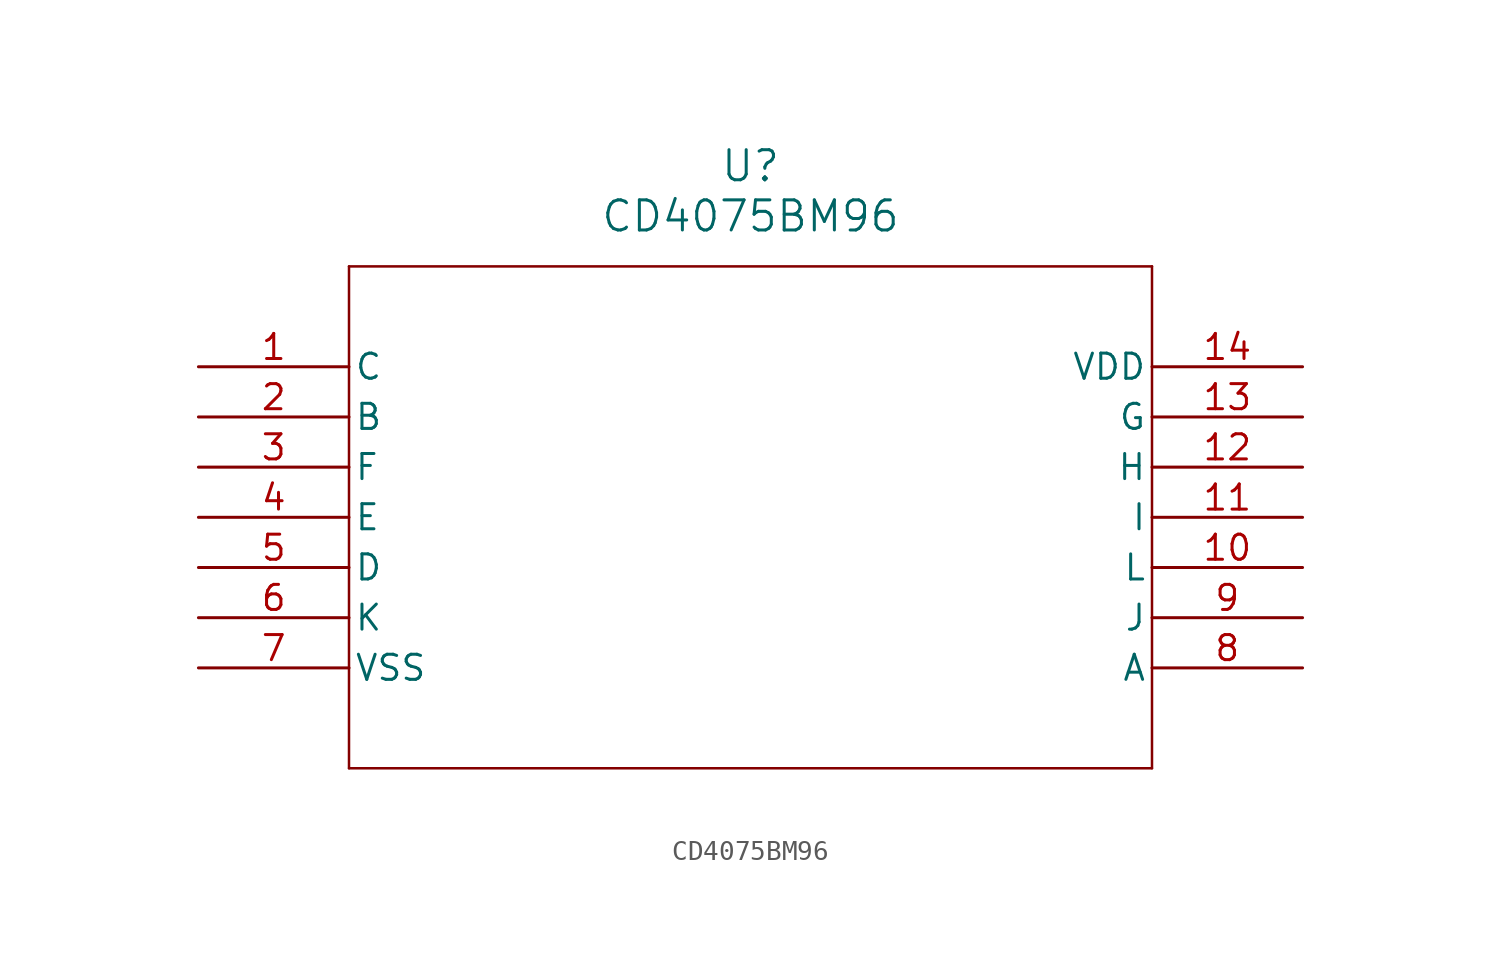
<source format=kicad_sym>
(kicad_symbol_lib
  (version 20211014)
  (generator kicad_symbol_editor)
  (symbol "CD4075BM96"
    (pin_names
      (offset 0.254))
    (property "Reference" "U"
      (at 27.94 10.16 0)
      (effects (font (size 1.524 1.524))))
    (property "Value" "CD4075BM96"
      (at 27.94 7.62 0)
      (effects (font (size 1.524 1.524))))
    (symbol "CD4075BM96_0_1"
      (polyline (pts (xy 7.62 5.08) (xy 7.62 -20.32)) (stroke (width 0.127) (type default) (color 0 0 0 0)) (fill (type none)))
      (polyline (pts (xy 7.62 -20.32) (xy 48.26 -20.32)) (stroke (width 0.127) (type default) (color 0 0 0 0)) (fill (type none)))
      (polyline (pts (xy 48.26 -20.32) (xy 48.26 5.08)) (stroke (width 0.127) (type default) (color 0 0 0 0)) (fill (type none)))
      (polyline (pts (xy 48.26 5.08) (xy 7.62 5.08)) (stroke (width 0.127) (type default) (color 0 0 0 0)) (fill (type none)))
      (pin unspecified line (at 0 0 0) (length 7.62) (name "C" (effects (font (size 1.27 1.27)))) (number "1" (effects (font (size 1.27 1.27)))))
      (pin unspecified line (at 0 -2.54 0) (length 7.62) (name "B" (effects (font (size 1.27 1.27)))) (number "2" (effects (font (size 1.27 1.27)))))
      (pin unspecified line (at 0 -5.08 0) (length 7.62) (name "F" (effects (font (size 1.27 1.27)))) (number "3" (effects (font (size 1.27 1.27)))))
      (pin unspecified line (at 0 -7.62 0) (length 7.62) (name "E" (effects (font (size 1.27 1.27)))) (number "4" (effects (font (size 1.27 1.27)))))
      (pin unspecified line (at 0 -10.16 0) (length 7.62) (name "D" (effects (font (size 1.27 1.27)))) (number "5" (effects (font (size 1.27 1.27)))))
      (pin unspecified line (at 0 -12.7 0) (length 7.62) (name "K" (effects (font (size 1.27 1.27)))) (number "6" (effects (font (size 1.27 1.27)))))
      (pin power_in line (at 0 -15.24 0) (length 7.62) (name "VSS" (effects (font (size 1.27 1.27)))) (number "7" (effects (font (size 1.27 1.27)))))
      (pin unspecified line (at 55.88 -15.24 180) (length 7.62) (name "A" (effects (font (size 1.27 1.27)))) (number "8" (effects (font (size 1.27 1.27)))))
      (pin unspecified line (at 55.88 -12.7 180) (length 7.62) (name "J" (effects (font (size 1.27 1.27)))) (number "9" (effects (font (size 1.27 1.27)))))
      (pin unspecified line (at 55.88 -10.16 180) (length 7.62) (name "L" (effects (font (size 1.27 1.27)))) (number "10" (effects (font (size 1.27 1.27)))))
      (pin unspecified line (at 55.88 -7.62 180) (length 7.62) (name "I" (effects (font (size 1.27 1.27)))) (number "11" (effects (font (size 1.27 1.27)))))
      (pin unspecified line (at 55.88 -5.08 180) (length 7.62) (name "H" (effects (font (size 1.27 1.27)))) (number "12" (effects (font (size 1.27 1.27)))))
      (pin unspecified line (at 55.88 -2.54 180) (length 7.62) (name "G" (effects (font (size 1.27 1.27)))) (number "13" (effects (font (size 1.27 1.27)))))
      (pin power_in line (at 55.88 0 180) (length 7.62) (name "VDD" (effects (font (size 1.27 1.27)))) (number "14" (effects (font (size 1.27 1.27))))))))
</source>
